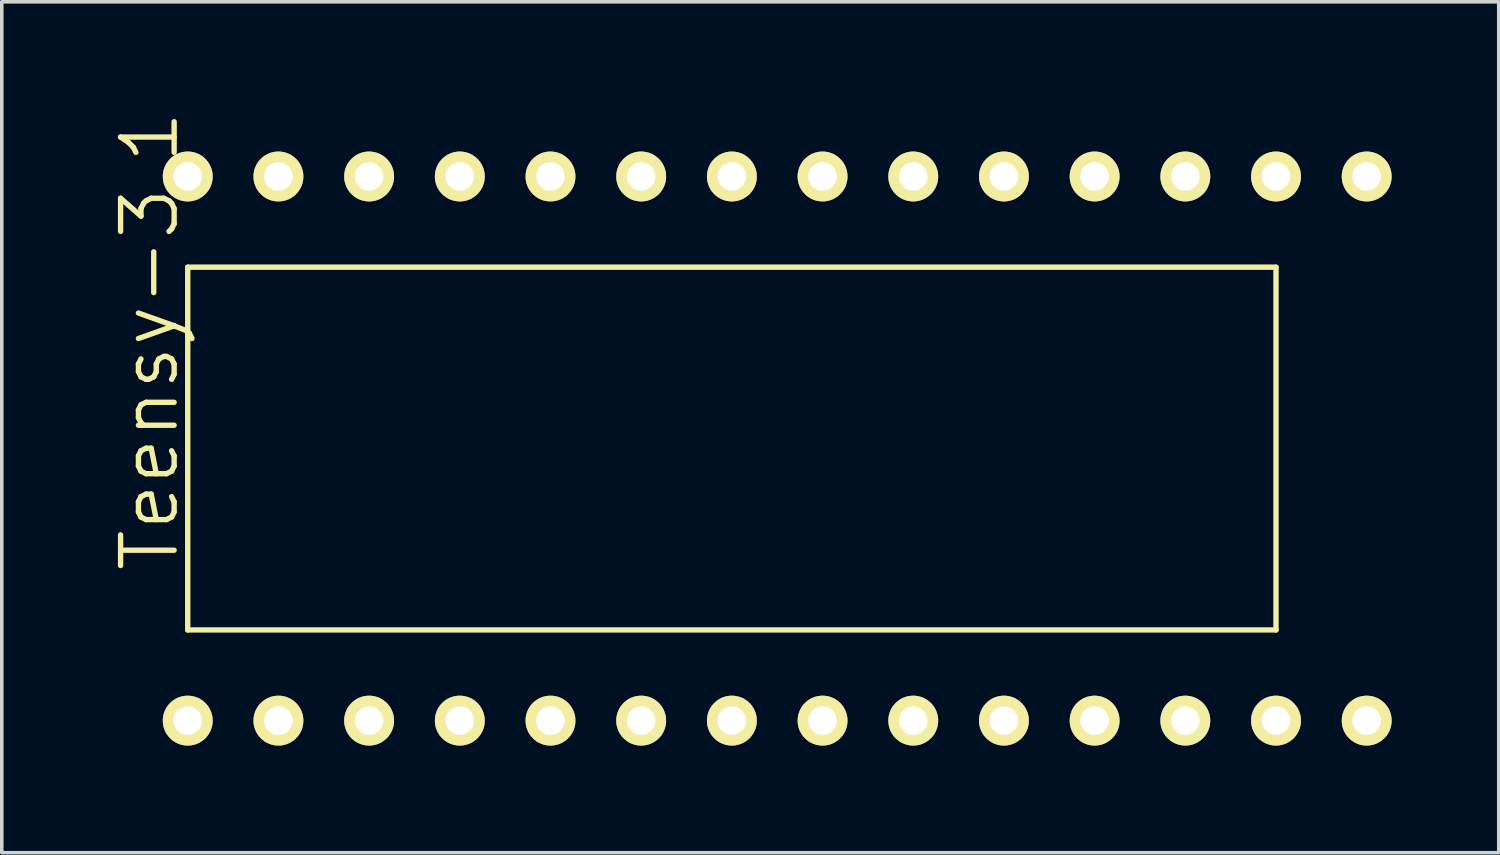
<source format=kicad_pcb>
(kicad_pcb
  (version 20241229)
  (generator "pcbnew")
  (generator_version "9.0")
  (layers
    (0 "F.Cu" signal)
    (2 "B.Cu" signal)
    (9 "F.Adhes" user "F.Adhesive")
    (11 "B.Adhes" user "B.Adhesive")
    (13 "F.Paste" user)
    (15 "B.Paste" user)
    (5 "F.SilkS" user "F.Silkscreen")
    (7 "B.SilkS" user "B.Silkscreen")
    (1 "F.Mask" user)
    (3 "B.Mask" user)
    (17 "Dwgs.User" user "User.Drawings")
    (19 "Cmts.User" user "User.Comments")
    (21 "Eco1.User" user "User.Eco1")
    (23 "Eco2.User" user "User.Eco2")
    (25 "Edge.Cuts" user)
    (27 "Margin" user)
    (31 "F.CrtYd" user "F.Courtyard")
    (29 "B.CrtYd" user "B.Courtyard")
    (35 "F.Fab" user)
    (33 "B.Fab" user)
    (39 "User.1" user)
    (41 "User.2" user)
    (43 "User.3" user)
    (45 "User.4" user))
  (footprint "Teensy-3.1"
    (layer "F.Cu")
    (at 4.748 17.133)
    (property "Reference" "Teensy-3.1" (at -3.607 -10.63 90) (layer "F.SilkS") (effects (font (size 1.5 1.5) (thickness 0.15))))
    (attr through_hole)
    (fp_line (start -2.54 -12.7) (end 27.94 -12.7) (stroke (width 0.15) (type solid)) (layer "F.SilkS"))
    (fp_line (start -2.54 -2.54) (end -2.54 -12.7) (stroke (width 0.15) (type solid)) (layer "F.SilkS"))
    (fp_line (start 27.94 -12.7) (end 27.94 -2.54) (stroke (width 0.15) (type solid)) (layer "F.SilkS"))
    (fp_line (start 27.94 -2.54) (end -2.54 -2.54) (stroke (width 0.15) (type solid)) (layer "F.SilkS"))
    (pad "0" thru_hole circle (at 0 0) (size 1.397 1.397) (drill 0.8) (layers "*.Cu" "*.Mask" "F.SilkS"))
    (pad "1" thru_hole circle (at 2.54 0) (size 1.397 1.397) (drill 0.8) (layers "*.Cu" "*.Mask" "F.SilkS"))
    (pad "2" thru_hole circle (at 5.08 0) (size 1.397 1.397) (drill 0.8) (layers "*.Cu" "*.Mask" "F.SilkS"))
    (pad "3" thru_hole circle (at 7.62 0) (size 1.397 1.397) (drill 0.8) (layers "*.Cu" "*.Mask" "F.SilkS"))
    (pad "4" thru_hole circle (at 10.16 0) (size 1.397 1.397) (drill 0.8) (layers "*.Cu" "*.Mask" "F.SilkS"))
    (pad "5" thru_hole circle (at 12.7 0) (size 1.397 1.397) (drill 0.8) (layers "*.Cu" "*.Mask" "F.SilkS"))
    (pad "6" thru_hole circle (at 15.24 0) (size 1.397 1.397) (drill 0.8) (layers "*.Cu" "*.Mask" "F.SilkS"))
    (pad "7" thru_hole circle (at 17.78 0) (size 1.397 1.397) (drill 0.8) (layers "*.Cu" "*.Mask" "F.SilkS"))
    (pad "8" thru_hole circle (at 20.32 0) (size 1.397 1.397) (drill 0.8) (layers "*.Cu" "*.Mask" "F.SilkS"))
    (pad "9" thru_hole circle (at 22.86 0) (size 1.397 1.397) (drill 0.8) (layers "*.Cu" "*.Mask" "F.SilkS"))
    (pad "10" thru_hole circle (at 25.4 0) (size 1.397 1.397) (drill 0.8) (layers "*.Cu" "*.Mask" "F.SilkS"))
    (pad "11" thru_hole circle (at 27.94 0) (size 1.397 1.397) (drill 0.8) (layers "*.Cu" "*.Mask" "F.SilkS"))
    (pad "12" thru_hole circle (at 30.48 0) (size 1.397 1.397) (drill 0.8) (layers "*.Cu" "*.Mask" "F.SilkS"))
    (pad "13" thru_hole circle (at 30.48 -15.24) (size 1.397 1.397) (drill 0.8) (layers "*.Cu" "*.Mask" "F.SilkS"))
    (pad "14" thru_hole circle (at 27.94 -15.24) (size 1.397 1.397) (drill 0.8) (layers "*.Cu" "*.Mask" "F.SilkS"))
    (pad "15" thru_hole circle (at 25.4 -15.24) (size 1.397 1.397) (drill 0.8) (layers "*.Cu" "*.Mask" "F.SilkS"))
    (pad "16" thru_hole circle (at 22.86 -15.24) (size 1.397 1.397) (drill 0.8) (layers "*.Cu" "*.Mask" "F.SilkS"))
    (pad "17" thru_hole circle (at 20.32 -15.24) (size 1.397 1.397) (drill 0.8) (layers "*.Cu" "*.Mask" "F.SilkS"))
    (pad "18" thru_hole circle (at 17.78 -15.24) (size 1.397 1.397) (drill 0.8) (layers "*.Cu" "*.Mask" "F.SilkS"))
    (pad "19" thru_hole circle (at 15.24 -15.24) (size 1.397 1.397) (drill 0.8) (layers "*.Cu" "*.Mask" "F.SilkS"))
    (pad "20" thru_hole circle (at 12.7 -15.24) (size 1.397 1.397) (drill 0.8) (layers "*.Cu" "*.Mask" "F.SilkS"))
    (pad "21" thru_hole circle (at 10.16 -15.24) (size 1.397 1.397) (drill 0.8) (layers "*.Cu" "*.Mask" "F.SilkS"))
    (pad "22" thru_hole circle (at 7.62 -15.24) (size 1.397 1.397) (drill 0.8) (layers "*.Cu" "*.Mask" "F.SilkS"))
    (pad "23" thru_hole circle (at 5.08 -15.24) (size 1.397 1.397) (drill 0.8) (layers "*.Cu" "*.Mask" "F.SilkS"))
    (pad "24" thru_hole circle (at 2.54 -15.24) (size 1.397 1.397) (drill 0.8) (layers "*.Cu" "*.Mask" "F.SilkS"))
    (pad "25" thru_hole circle (at 0 -15.24) (size 1.397 1.397) (drill 0.8) (layers "*.Cu" "*.Mask" "F.SilkS"))
    (pad "26" thru_hole circle (at -2.54 -15.24) (size 1.397 1.397) (drill 0.8) (layers "*.Cu" "*.Mask" "F.SilkS"))
    (pad "27" thru_hole circle (at -2.54 0) (size 1.397 1.397) (drill 0.8) (layers "*.Cu" "*.Mask" "F.SilkS")))
  (gr_rect
    (start -3 -3)
    (end 38.926 20.832)
    (stroke (width 0.1) (type default))
    (fill no)
    (layer "Edge.Cuts")))
</source>
